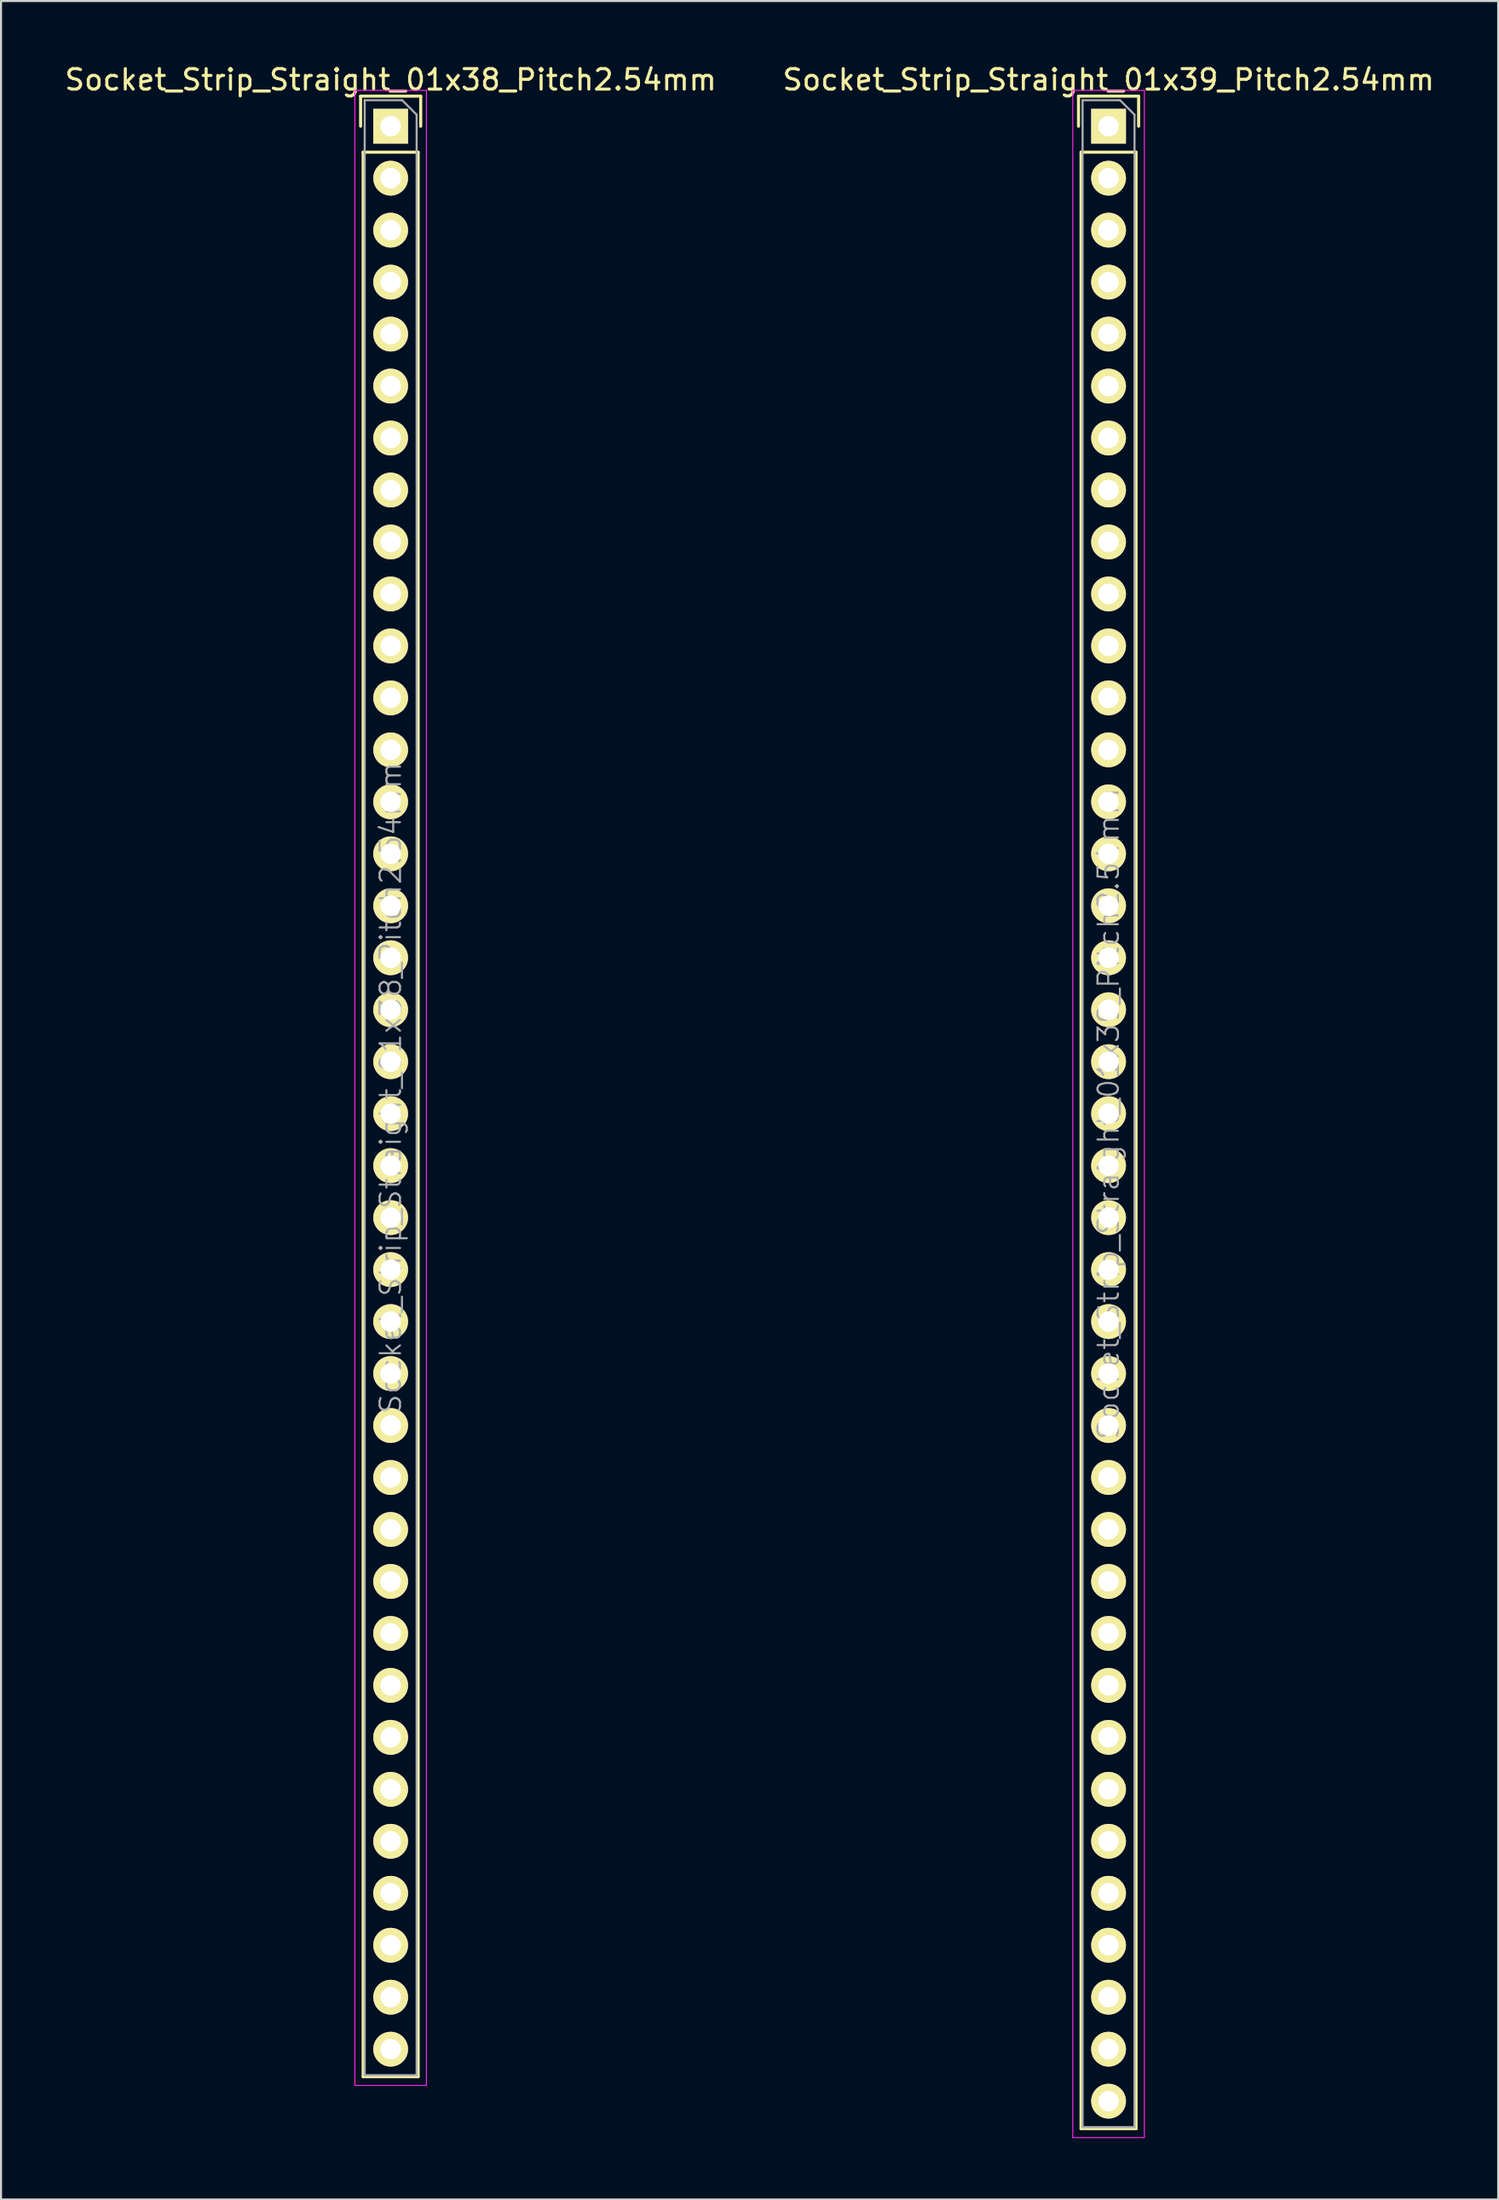
<source format=kicad_pcb>
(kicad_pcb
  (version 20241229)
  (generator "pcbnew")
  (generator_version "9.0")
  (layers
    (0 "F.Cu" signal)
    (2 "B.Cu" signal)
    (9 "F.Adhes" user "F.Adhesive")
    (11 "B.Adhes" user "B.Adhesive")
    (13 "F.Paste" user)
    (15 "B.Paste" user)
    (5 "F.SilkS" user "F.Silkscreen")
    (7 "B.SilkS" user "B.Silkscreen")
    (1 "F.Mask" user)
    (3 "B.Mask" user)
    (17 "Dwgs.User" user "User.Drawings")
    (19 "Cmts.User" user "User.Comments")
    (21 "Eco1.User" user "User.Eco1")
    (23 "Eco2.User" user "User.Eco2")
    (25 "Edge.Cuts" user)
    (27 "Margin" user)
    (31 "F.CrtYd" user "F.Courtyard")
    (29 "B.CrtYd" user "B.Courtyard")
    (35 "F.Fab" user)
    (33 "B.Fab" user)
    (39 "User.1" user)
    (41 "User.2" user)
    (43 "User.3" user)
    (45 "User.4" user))
  (footprint "Socket_Strip_Straight_01x38_Pitch2.54mm"
    (layer "F.Cu")
    (at 16.054 3.118)
    (property "Reference" "Socket_Strip_Straight_01x38_Pitch2.54mm" (at 0 -2.27 0) (layer "F.SilkS") (effects (font (size 1 1) (thickness 0.15))))
    (attr smd)
    (fp_line (start -1.47 -1.47) (end -1.47 0) (stroke (width 0.15) (type solid)) (layer "F.SilkS"))
    (fp_line (start -1.47 -1.47) (end 1.47 -1.47) (stroke (width 0.15) (type solid)) (layer "F.SilkS"))
    (fp_line (start -1.345 1.27) (end -1.345 95.325) (stroke (width 0.15) (type solid)) (layer "F.SilkS"))
    (fp_line (start -1.345 1.27) (end 1.345 1.27) (stroke (width 0.15) (type solid)) (layer "F.SilkS"))
    (fp_line (start -1.345 95.325) (end 1.345 95.325) (stroke (width 0.15) (type solid)) (layer "F.SilkS"))
    (fp_line (start 1.345 1.27) (end 1.345 95.325) (stroke (width 0.15) (type solid)) (layer "F.SilkS"))
    (fp_line (start 1.47 -1.47) (end 1.47 0) (stroke (width 0.15) (type solid)) (layer "F.SilkS"))
    (fp_line (start -1.75 -1.75) (end -1.75 95.75) (stroke (width 0.05) (type solid)) (layer "F.CrtYd"))
    (fp_line (start 1.75 -1.75) (end -1.75 -1.75) (stroke (width 0.05) (type solid)) (layer "F.CrtYd"))
    (fp_line (start 1.75 -1.75) (end 1.75 95.75) (stroke (width 0.05) (type solid)) (layer "F.CrtYd"))
    (fp_line (start 1.75 95.75) (end -1.75 95.75) (stroke (width 0.05) (type solid)) (layer "F.CrtYd"))
    (fp_line (start -1.27 -1.27) (end 0.563 -1.27) (stroke (width 0.1) (type solid)) (layer "F.Fab"))
    (fp_line (start -1.27 95.25) (end -1.27 -1.27) (stroke (width 0.1) (type solid)) (layer "F.Fab"))
    (fp_line (start -1.27 95.25) (end 1.27 95.25) (stroke (width 0.1) (type solid)) (layer "F.Fab"))
    (fp_line (start 1.27 -0.563) (end 0.563 -1.27) (stroke (width 0.1) (type solid)) (layer "F.Fab"))
    (fp_line (start 1.27 95.25) (end 1.27 -0.563) (stroke (width 0.1) (type solid)) (layer "F.Fab"))
    (fp_text user "${REFERENCE}" (at 0 46.99 90) (layer "F.Fab") (effects (font (size 1 1) (thickness 0.1))))
    (pad "1" thru_hole rect (at 0 0) (size 1.7 1.7) (drill 1) (layers "*.Cu" "*.Mask" "F.SilkS"))
    (pad "2" thru_hole oval (at 0 2.54) (size 1.7 1.7) (drill 1) (layers "*.Cu" "*.Mask" "F.SilkS"))
    (pad "3" thru_hole oval (at 0 5.08) (size 1.7 1.7) (drill 1) (layers "*.Cu" "*.Mask" "F.SilkS"))
    (pad "4" thru_hole oval (at 0 7.62) (size 1.7 1.7) (drill 1) (layers "*.Cu" "*.Mask" "F.SilkS"))
    (pad "5" thru_hole oval (at 0 10.16) (size 1.7 1.7) (drill 1) (layers "*.Cu" "*.Mask" "F.SilkS"))
    (pad "6" thru_hole oval (at 0 12.7) (size 1.7 1.7) (drill 1) (layers "*.Cu" "*.Mask" "F.SilkS"))
    (pad "7" thru_hole oval (at 0 15.24) (size 1.7 1.7) (drill 1) (layers "*.Cu" "*.Mask" "F.SilkS"))
    (pad "8" thru_hole oval (at 0 17.78) (size 1.7 1.7) (drill 1) (layers "*.Cu" "*.Mask" "F.SilkS"))
    (pad "9" thru_hole oval (at 0 20.32) (size 1.7 1.7) (drill 1) (layers "*.Cu" "*.Mask" "F.SilkS"))
    (pad "10" thru_hole oval (at 0 22.86) (size 1.7 1.7) (drill 1) (layers "*.Cu" "*.Mask" "F.SilkS"))
    (pad "11" thru_hole oval (at 0 25.4) (size 1.7 1.7) (drill 1) (layers "*.Cu" "*.Mask" "F.SilkS"))
    (pad "12" thru_hole oval (at 0 27.94) (size 1.7 1.7) (drill 1) (layers "*.Cu" "*.Mask" "F.SilkS"))
    (pad "13" thru_hole oval (at 0 30.48) (size 1.7 1.7) (drill 1) (layers "*.Cu" "*.Mask" "F.SilkS"))
    (pad "14" thru_hole oval (at 0 33.02) (size 1.7 1.7) (drill 1) (layers "*.Cu" "*.Mask" "F.SilkS"))
    (pad "15" thru_hole oval (at 0 35.56) (size 1.7 1.7) (drill 1) (layers "*.Cu" "*.Mask" "F.SilkS"))
    (pad "16" thru_hole oval (at 0 38.1) (size 1.7 1.7) (drill 1) (layers "*.Cu" "*.Mask" "F.SilkS"))
    (pad "17" thru_hole oval (at 0 40.64) (size 1.7 1.7) (drill 1) (layers "*.Cu" "*.Mask" "F.SilkS"))
    (pad "18" thru_hole oval (at 0 43.18) (size 1.7 1.7) (drill 1) (layers "*.Cu" "*.Mask" "F.SilkS"))
    (pad "19" thru_hole oval (at 0 45.72) (size 1.7 1.7) (drill 1) (layers "*.Cu" "*.Mask" "F.SilkS"))
    (pad "20" thru_hole oval (at 0 48.26) (size 1.7 1.7) (drill 1) (layers "*.Cu" "*.Mask" "F.SilkS"))
    (pad "21" thru_hole oval (at 0 50.8) (size 1.7 1.7) (drill 1) (layers "*.Cu" "*.Mask" "F.SilkS"))
    (pad "22" thru_hole oval (at 0 53.34) (size 1.7 1.7) (drill 1) (layers "*.Cu" "*.Mask" "F.SilkS"))
    (pad "23" thru_hole oval (at 0 55.88) (size 1.7 1.7) (drill 1) (layers "*.Cu" "*.Mask" "F.SilkS"))
    (pad "24" thru_hole oval (at 0 58.42) (size 1.7 1.7) (drill 1) (layers "*.Cu" "*.Mask" "F.SilkS"))
    (pad "25" thru_hole oval (at 0 60.96) (size 1.7 1.7) (drill 1) (layers "*.Cu" "*.Mask" "F.SilkS"))
    (pad "26" thru_hole oval (at 0 63.5) (size 1.7 1.7) (drill 1) (layers "*.Cu" "*.Mask" "F.SilkS"))
    (pad "27" thru_hole oval (at 0 66.04) (size 1.7 1.7) (drill 1) (layers "*.Cu" "*.Mask" "F.SilkS"))
    (pad "28" thru_hole oval (at 0 68.58) (size 1.7 1.7) (drill 1) (layers "*.Cu" "*.Mask" "F.SilkS"))
    (pad "29" thru_hole oval (at 0 71.12) (size 1.7 1.7) (drill 1) (layers "*.Cu" "*.Mask" "F.SilkS"))
    (pad "30" thru_hole oval (at 0 73.66) (size 1.7 1.7) (drill 1) (layers "*.Cu" "*.Mask" "F.SilkS"))
    (pad "31" thru_hole oval (at 0 76.2) (size 1.7 1.7) (drill 1) (layers "*.Cu" "*.Mask" "F.SilkS"))
    (pad "32" thru_hole oval (at 0 78.74) (size 1.7 1.7) (drill 1) (layers "*.Cu" "*.Mask" "F.SilkS"))
    (pad "33" thru_hole oval (at 0 81.28) (size 1.7 1.7) (drill 1) (layers "*.Cu" "*.Mask" "F.SilkS"))
    (pad "34" thru_hole oval (at 0 83.82) (size 1.7 1.7) (drill 1) (layers "*.Cu" "*.Mask" "F.SilkS"))
    (pad "35" thru_hole oval (at 0 86.36) (size 1.7 1.7) (drill 1) (layers "*.Cu" "*.Mask" "F.SilkS"))
    (pad "36" thru_hole oval (at 0 88.9) (size 1.7 1.7) (drill 1) (layers "*.Cu" "*.Mask" "F.SilkS"))
    (pad "37" thru_hole oval (at 0 91.44) (size 1.7 1.7) (drill 1) (layers "*.Cu" "*.Mask" "F.SilkS"))
    (pad "38" thru_hole oval (at 0 93.98) (size 1.7 1.7) (drill 1) (layers "*.Cu" "*.Mask" "F.SilkS")))
  (footprint "Socket_Strip_Straight_01x39_Pitch2.54mm"
    (layer "F.Cu")
    (at 51.161 3.118)
    (property "Reference" "Socket_Strip_Straight_01x39_Pitch2.54mm" (at 0 -2.27 0) (layer "F.SilkS") (effects (font (size 1 1) (thickness 0.15))))
    (attr smd)
    (fp_line (start -1.47 -1.47) (end -1.47 0) (stroke (width 0.15) (type solid)) (layer "F.SilkS"))
    (fp_line (start -1.47 -1.47) (end 1.47 -1.47) (stroke (width 0.15) (type solid)) (layer "F.SilkS"))
    (fp_line (start -1.345 1.27) (end -1.345 97.865) (stroke (width 0.15) (type solid)) (layer "F.SilkS"))
    (fp_line (start -1.345 1.27) (end 1.345 1.27) (stroke (width 0.15) (type solid)) (layer "F.SilkS"))
    (fp_line (start -1.345 97.865) (end 1.345 97.865) (stroke (width 0.15) (type solid)) (layer "F.SilkS"))
    (fp_line (start 1.345 1.27) (end 1.345 97.865) (stroke (width 0.15) (type solid)) (layer "F.SilkS"))
    (fp_line (start 1.47 -1.47) (end 1.47 0) (stroke (width 0.15) (type solid)) (layer "F.SilkS"))
    (fp_line (start -1.75 -1.75) (end -1.75 98.3) (stroke (width 0.05) (type solid)) (layer "F.CrtYd"))
    (fp_line (start 1.75 -1.75) (end -1.75 -1.75) (stroke (width 0.05) (type solid)) (layer "F.CrtYd"))
    (fp_line (start 1.75 -1.75) (end 1.75 98.3) (stroke (width 0.05) (type solid)) (layer "F.CrtYd"))
    (fp_line (start 1.75 98.3) (end -1.75 98.3) (stroke (width 0.05) (type solid)) (layer "F.CrtYd"))
    (fp_line (start -1.27 -1.27) (end 0.563 -1.27) (stroke (width 0.1) (type solid)) (layer "F.Fab"))
    (fp_line (start -1.27 97.79) (end -1.27 -1.27) (stroke (width 0.1) (type solid)) (layer "F.Fab"))
    (fp_line (start -1.27 97.79) (end 1.27 97.79) (stroke (width 0.1) (type solid)) (layer "F.Fab"))
    (fp_line (start 1.27 -0.563) (end 0.563 -1.27) (stroke (width 0.1) (type solid)) (layer "F.Fab"))
    (fp_line (start 1.27 97.79) (end 1.27 -0.563) (stroke (width 0.1) (type solid)) (layer "F.Fab"))
    (fp_text user "${REFERENCE}" (at 0 48.26 90) (layer "F.Fab") (effects (font (size 1 1) (thickness 0.1))))
    (pad "1" thru_hole rect (at 0 0) (size 1.7 1.7) (drill 1) (layers "*.Cu" "*.Mask" "F.SilkS"))
    (pad "2" thru_hole oval (at 0 2.54) (size 1.7 1.7) (drill 1) (layers "*.Cu" "*.Mask" "F.SilkS"))
    (pad "3" thru_hole oval (at 0 5.08) (size 1.7 1.7) (drill 1) (layers "*.Cu" "*.Mask" "F.SilkS"))
    (pad "4" thru_hole oval (at 0 7.62) (size 1.7 1.7) (drill 1) (layers "*.Cu" "*.Mask" "F.SilkS"))
    (pad "5" thru_hole oval (at 0 10.16) (size 1.7 1.7) (drill 1) (layers "*.Cu" "*.Mask" "F.SilkS"))
    (pad "6" thru_hole oval (at 0 12.7) (size 1.7 1.7) (drill 1) (layers "*.Cu" "*.Mask" "F.SilkS"))
    (pad "7" thru_hole oval (at 0 15.24) (size 1.7 1.7) (drill 1) (layers "*.Cu" "*.Mask" "F.SilkS"))
    (pad "8" thru_hole oval (at 0 17.78) (size 1.7 1.7) (drill 1) (layers "*.Cu" "*.Mask" "F.SilkS"))
    (pad "9" thru_hole oval (at 0 20.32) (size 1.7 1.7) (drill 1) (layers "*.Cu" "*.Mask" "F.SilkS"))
    (pad "10" thru_hole oval (at 0 22.86) (size 1.7 1.7) (drill 1) (layers "*.Cu" "*.Mask" "F.SilkS"))
    (pad "11" thru_hole oval (at 0 25.4) (size 1.7 1.7) (drill 1) (layers "*.Cu" "*.Mask" "F.SilkS"))
    (pad "12" thru_hole oval (at 0 27.94) (size 1.7 1.7) (drill 1) (layers "*.Cu" "*.Mask" "F.SilkS"))
    (pad "13" thru_hole oval (at 0 30.48) (size 1.7 1.7) (drill 1) (layers "*.Cu" "*.Mask" "F.SilkS"))
    (pad "14" thru_hole oval (at 0 33.02) (size 1.7 1.7) (drill 1) (layers "*.Cu" "*.Mask" "F.SilkS"))
    (pad "15" thru_hole oval (at 0 35.56) (size 1.7 1.7) (drill 1) (layers "*.Cu" "*.Mask" "F.SilkS"))
    (pad "16" thru_hole oval (at 0 38.1) (size 1.7 1.7) (drill 1) (layers "*.Cu" "*.Mask" "F.SilkS"))
    (pad "17" thru_hole oval (at 0 40.64) (size 1.7 1.7) (drill 1) (layers "*.Cu" "*.Mask" "F.SilkS"))
    (pad "18" thru_hole oval (at 0 43.18) (size 1.7 1.7) (drill 1) (layers "*.Cu" "*.Mask" "F.SilkS"))
    (pad "19" thru_hole oval (at 0 45.72) (size 1.7 1.7) (drill 1) (layers "*.Cu" "*.Mask" "F.SilkS"))
    (pad "20" thru_hole oval (at 0 48.26) (size 1.7 1.7) (drill 1) (layers "*.Cu" "*.Mask" "F.SilkS"))
    (pad "21" thru_hole oval (at 0 50.8) (size 1.7 1.7) (drill 1) (layers "*.Cu" "*.Mask" "F.SilkS"))
    (pad "22" thru_hole oval (at 0 53.34) (size 1.7 1.7) (drill 1) (layers "*.Cu" "*.Mask" "F.SilkS"))
    (pad "23" thru_hole oval (at 0 55.88) (size 1.7 1.7) (drill 1) (layers "*.Cu" "*.Mask" "F.SilkS"))
    (pad "24" thru_hole oval (at 0 58.42) (size 1.7 1.7) (drill 1) (layers "*.Cu" "*.Mask" "F.SilkS"))
    (pad "25" thru_hole oval (at 0 60.96) (size 1.7 1.7) (drill 1) (layers "*.Cu" "*.Mask" "F.SilkS"))
    (pad "26" thru_hole oval (at 0 63.5) (size 1.7 1.7) (drill 1) (layers "*.Cu" "*.Mask" "F.SilkS"))
    (pad "27" thru_hole oval (at 0 66.04) (size 1.7 1.7) (drill 1) (layers "*.Cu" "*.Mask" "F.SilkS"))
    (pad "28" thru_hole oval (at 0 68.58) (size 1.7 1.7) (drill 1) (layers "*.Cu" "*.Mask" "F.SilkS"))
    (pad "29" thru_hole oval (at 0 71.12) (size 1.7 1.7) (drill 1) (layers "*.Cu" "*.Mask" "F.SilkS"))
    (pad "30" thru_hole oval (at 0 73.66) (size 1.7 1.7) (drill 1) (layers "*.Cu" "*.Mask" "F.SilkS"))
    (pad "31" thru_hole oval (at 0 76.2) (size 1.7 1.7) (drill 1) (layers "*.Cu" "*.Mask" "F.SilkS"))
    (pad "32" thru_hole oval (at 0 78.74) (size 1.7 1.7) (drill 1) (layers "*.Cu" "*.Mask" "F.SilkS"))
    (pad "33" thru_hole oval (at 0 81.28) (size 1.7 1.7) (drill 1) (layers "*.Cu" "*.Mask" "F.SilkS"))
    (pad "34" thru_hole oval (at 0 83.82) (size 1.7 1.7) (drill 1) (layers "*.Cu" "*.Mask" "F.SilkS"))
    (pad "35" thru_hole oval (at 0 86.36) (size 1.7 1.7) (drill 1) (layers "*.Cu" "*.Mask" "F.SilkS"))
    (pad "36" thru_hole oval (at 0 88.9) (size 1.7 1.7) (drill 1) (layers "*.Cu" "*.Mask" "F.SilkS"))
    (pad "37" thru_hole oval (at 0 91.44) (size 1.7 1.7) (drill 1) (layers "*.Cu" "*.Mask" "F.SilkS"))
    (pad "38" thru_hole oval (at 0 93.98) (size 1.7 1.7) (drill 1) (layers "*.Cu" "*.Mask" "F.SilkS"))
    (pad "39" thru_hole oval (at 0 96.52) (size 1.7 1.7) (drill 1) (layers "*.Cu" "*.Mask" "F.SilkS")))
  (gr_rect
    (start -3 -3)
    (end 70.214 104.443)
    (stroke (width 0.1) (type default))
    (fill no)
    (layer "Edge.Cuts")))
</source>
